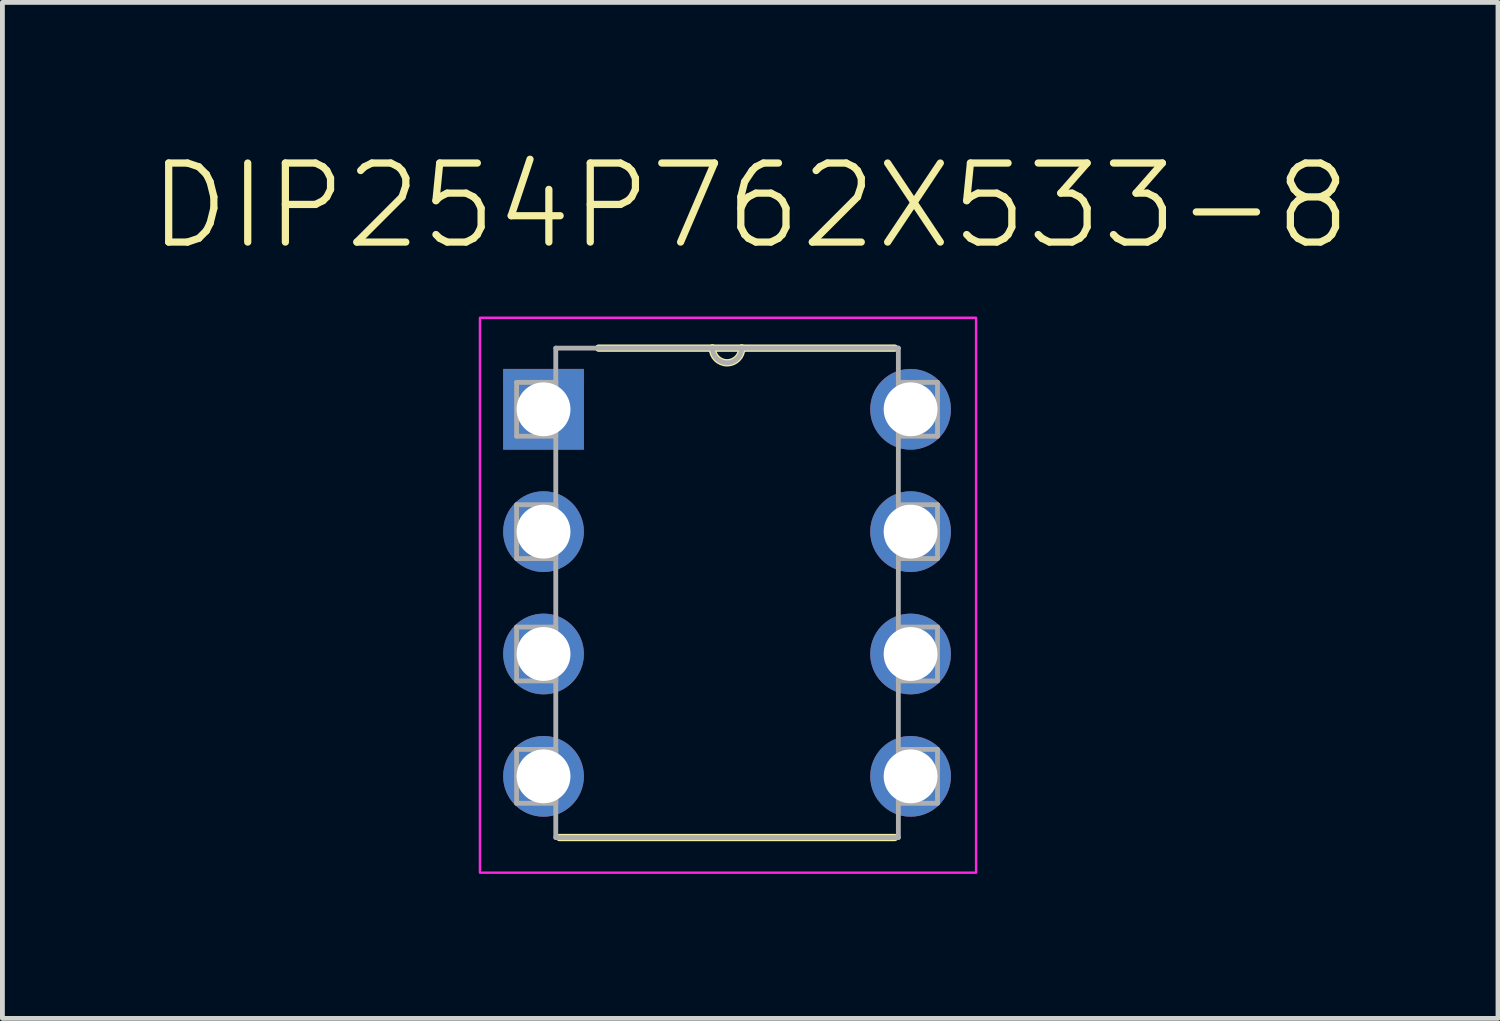
<source format=kicad_pcb>
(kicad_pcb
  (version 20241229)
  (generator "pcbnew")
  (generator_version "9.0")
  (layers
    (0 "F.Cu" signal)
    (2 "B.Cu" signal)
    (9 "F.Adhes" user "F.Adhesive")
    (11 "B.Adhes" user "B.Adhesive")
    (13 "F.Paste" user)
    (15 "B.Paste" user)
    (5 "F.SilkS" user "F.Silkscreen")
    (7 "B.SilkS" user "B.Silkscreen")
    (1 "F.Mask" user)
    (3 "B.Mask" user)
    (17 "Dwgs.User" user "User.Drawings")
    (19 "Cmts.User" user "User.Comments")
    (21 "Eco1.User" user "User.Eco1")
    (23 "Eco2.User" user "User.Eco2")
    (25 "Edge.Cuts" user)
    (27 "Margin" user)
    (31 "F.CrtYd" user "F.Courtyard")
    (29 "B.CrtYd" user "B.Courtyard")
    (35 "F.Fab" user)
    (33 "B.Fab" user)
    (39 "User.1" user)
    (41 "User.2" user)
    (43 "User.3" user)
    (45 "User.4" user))
  (footprint "DIP254P762X533-8"
    (layer "F.Cu")
    (at 15.854 13.067)
    (property "Reference" "DIP254P762X533-8" (at -3.329 -11.843 0) (layer "F.SilkS") (effects (font (size 1.641 1.641) (thickness 0.15))))
    (attr through_hole)
    (fp_line (start -7.29 1.27) (end -0.33 1.27) (stroke (width 0.152) (type solid)) (layer "F.SilkS"))
    (fp_line (start -4.115 -8.89) (end -6.477 -8.89) (stroke (width 0.152) (type solid)) (layer "F.SilkS"))
    (fp_line (start -3.505 -8.89) (end -4.115 -8.89) (stroke (width 0.152) (type solid)) (layer "F.SilkS"))
    (fp_line (start -0.33 -8.89) (end -3.505 -8.89) (stroke (width 0.152) (type solid)) (layer "F.SilkS"))
    (fp_arc (start -3.5052 -8.89) (mid -3.81 -8.5852) (end -4.1148 -8.89) (stroke (width 0.1524) (type solid)) (layer "F.SilkS"))
    (fp_rect (start -8.94 -9.52) (end 1.36 2) (stroke (width 0.05) (type default)) (fill no) (layer "F.CrtYd"))
    (fp_line (start -8.179 -8.179) (end -8.179 -7.061) (stroke (width 0.1) (type solid)) (layer "F.Fab"))
    (fp_line (start -8.179 -7.061) (end -7.366 -7.061) (stroke (width 0.1) (type solid)) (layer "F.Fab"))
    (fp_line (start -8.179 -5.639) (end -8.179 -4.521) (stroke (width 0.1) (type solid)) (layer "F.Fab"))
    (fp_line (start -8.179 -4.521) (end -7.366 -4.521) (stroke (width 0.1) (type solid)) (layer "F.Fab"))
    (fp_line (start -8.179 -3.099) (end -8.179 -1.981) (stroke (width 0.1) (type solid)) (layer "F.Fab"))
    (fp_line (start -8.179 -1.981) (end -7.366 -1.981) (stroke (width 0.1) (type solid)) (layer "F.Fab"))
    (fp_line (start -8.179 -0.559) (end -8.179 0.559) (stroke (width 0.1) (type solid)) (layer "F.Fab"))
    (fp_line (start -8.179 0.559) (end -7.366 0.559) (stroke (width 0.1) (type solid)) (layer "F.Fab"))
    (fp_line (start -7.366 -8.89) (end -7.366 1.27) (stroke (width 0.1) (type solid)) (layer "F.Fab"))
    (fp_line (start -7.366 -8.179) (end -8.179 -8.179) (stroke (width 0.1) (type solid)) (layer "F.Fab"))
    (fp_line (start -7.366 -7.061) (end -7.366 -8.179) (stroke (width 0.1) (type solid)) (layer "F.Fab"))
    (fp_line (start -7.366 -5.639) (end -8.179 -5.639) (stroke (width 0.1) (type solid)) (layer "F.Fab"))
    (fp_line (start -7.366 -4.521) (end -7.366 -5.639) (stroke (width 0.1) (type solid)) (layer "F.Fab"))
    (fp_line (start -7.366 -3.099) (end -8.179 -3.099) (stroke (width 0.1) (type solid)) (layer "F.Fab"))
    (fp_line (start -7.366 -1.981) (end -7.366 -3.099) (stroke (width 0.1) (type solid)) (layer "F.Fab"))
    (fp_line (start -7.366 -0.559) (end -8.179 -0.559) (stroke (width 0.1) (type solid)) (layer "F.Fab"))
    (fp_line (start -7.366 0.559) (end -7.366 -0.559) (stroke (width 0.1) (type solid)) (layer "F.Fab"))
    (fp_line (start -7.366 1.27) (end -0.254 1.27) (stroke (width 0.1) (type solid)) (layer "F.Fab"))
    (fp_line (start -4.115 -8.89) (end -7.366 -8.89) (stroke (width 0.1) (type solid)) (layer "F.Fab"))
    (fp_line (start -3.505 -8.89) (end -4.115 -8.89) (stroke (width 0.1) (type solid)) (layer "F.Fab"))
    (fp_line (start -0.254 -8.89) (end -3.505 -8.89) (stroke (width 0.1) (type solid)) (layer "F.Fab"))
    (fp_line (start -0.254 -8.179) (end -0.254 -7.061) (stroke (width 0.1) (type solid)) (layer "F.Fab"))
    (fp_line (start -0.254 -7.061) (end 0.559 -7.061) (stroke (width 0.1) (type solid)) (layer "F.Fab"))
    (fp_line (start -0.254 -5.639) (end -0.254 -4.521) (stroke (width 0.1) (type solid)) (layer "F.Fab"))
    (fp_line (start -0.254 -4.521) (end 0.559 -4.521) (stroke (width 0.1) (type solid)) (layer "F.Fab"))
    (fp_line (start -0.254 -3.099) (end -0.254 -1.981) (stroke (width 0.1) (type solid)) (layer "F.Fab"))
    (fp_line (start -0.254 -1.981) (end 0.559 -1.981) (stroke (width 0.1) (type solid)) (layer "F.Fab"))
    (fp_line (start -0.254 -0.559) (end -0.254 0.559) (stroke (width 0.1) (type solid)) (layer "F.Fab"))
    (fp_line (start -0.254 0.559) (end 0.559 0.559) (stroke (width 0.1) (type solid)) (layer "F.Fab"))
    (fp_line (start -0.254 1.27) (end -0.254 -8.89) (stroke (width 0.1) (type solid)) (layer "F.Fab"))
    (fp_line (start 0.559 -8.179) (end -0.254 -8.179) (stroke (width 0.1) (type solid)) (layer "F.Fab"))
    (fp_line (start 0.559 -7.061) (end 0.559 -8.179) (stroke (width 0.1) (type solid)) (layer "F.Fab"))
    (fp_line (start 0.559 -5.639) (end -0.254 -5.639) (stroke (width 0.1) (type solid)) (layer "F.Fab"))
    (fp_line (start 0.559 -4.521) (end 0.559 -5.639) (stroke (width 0.1) (type solid)) (layer "F.Fab"))
    (fp_line (start 0.559 -3.099) (end -0.254 -3.099) (stroke (width 0.1) (type solid)) (layer "F.Fab"))
    (fp_line (start 0.559 -1.981) (end 0.559 -3.099) (stroke (width 0.1) (type solid)) (layer "F.Fab"))
    (fp_line (start 0.559 -0.559) (end -0.254 -0.559) (stroke (width 0.1) (type solid)) (layer "F.Fab"))
    (fp_line (start 0.559 0.559) (end 0.559 -0.559) (stroke (width 0.1) (type solid)) (layer "F.Fab"))
    (fp_arc (start -3.5052 -8.89) (mid -3.81 -8.5852) (end -4.1148 -8.89) (stroke (width 0.1) (type solid)) (layer "F.Fab"))
    (pad "1" thru_hole rect (at -7.62 -7.62) (size 1.676 1.676) (drill 1.118) (layers "*.Cu" "*.Mask"))
    (pad "2" thru_hole circle (at -7.62 -5.08) (size 1.676 1.676) (drill 1.118) (layers "*.Cu" "*.Mask"))
    (pad "3" thru_hole circle (at -7.62 -2.54) (size 1.676 1.676) (drill 1.118) (layers "*.Cu" "*.Mask"))
    (pad "4" thru_hole circle (at -7.62 0) (size 1.676 1.676) (drill 1.118) (layers "*.Cu" "*.Mask"))
    (pad "5" thru_hole circle (at 0 0) (size 1.676 1.676) (drill 1.118) (layers "*.Cu" "*.Mask"))
    (pad "6" thru_hole circle (at 0 -2.54) (size 1.676 1.676) (drill 1.118) (layers "*.Cu" "*.Mask"))
    (pad "7" thru_hole circle (at 0 -5.08) (size 1.676 1.676) (drill 1.118) (layers "*.Cu" "*.Mask"))
    (pad "8" thru_hole circle (at 0 -7.62) (size 1.676 1.676) (drill 1.118) (layers "*.Cu" "*.Mask")))
  (gr_rect
    (start -3 -3)
    (end 28.049 18.092)
    (stroke (width 0.1) (type default))
    (fill no)
    (layer "Edge.Cuts")))
</source>
